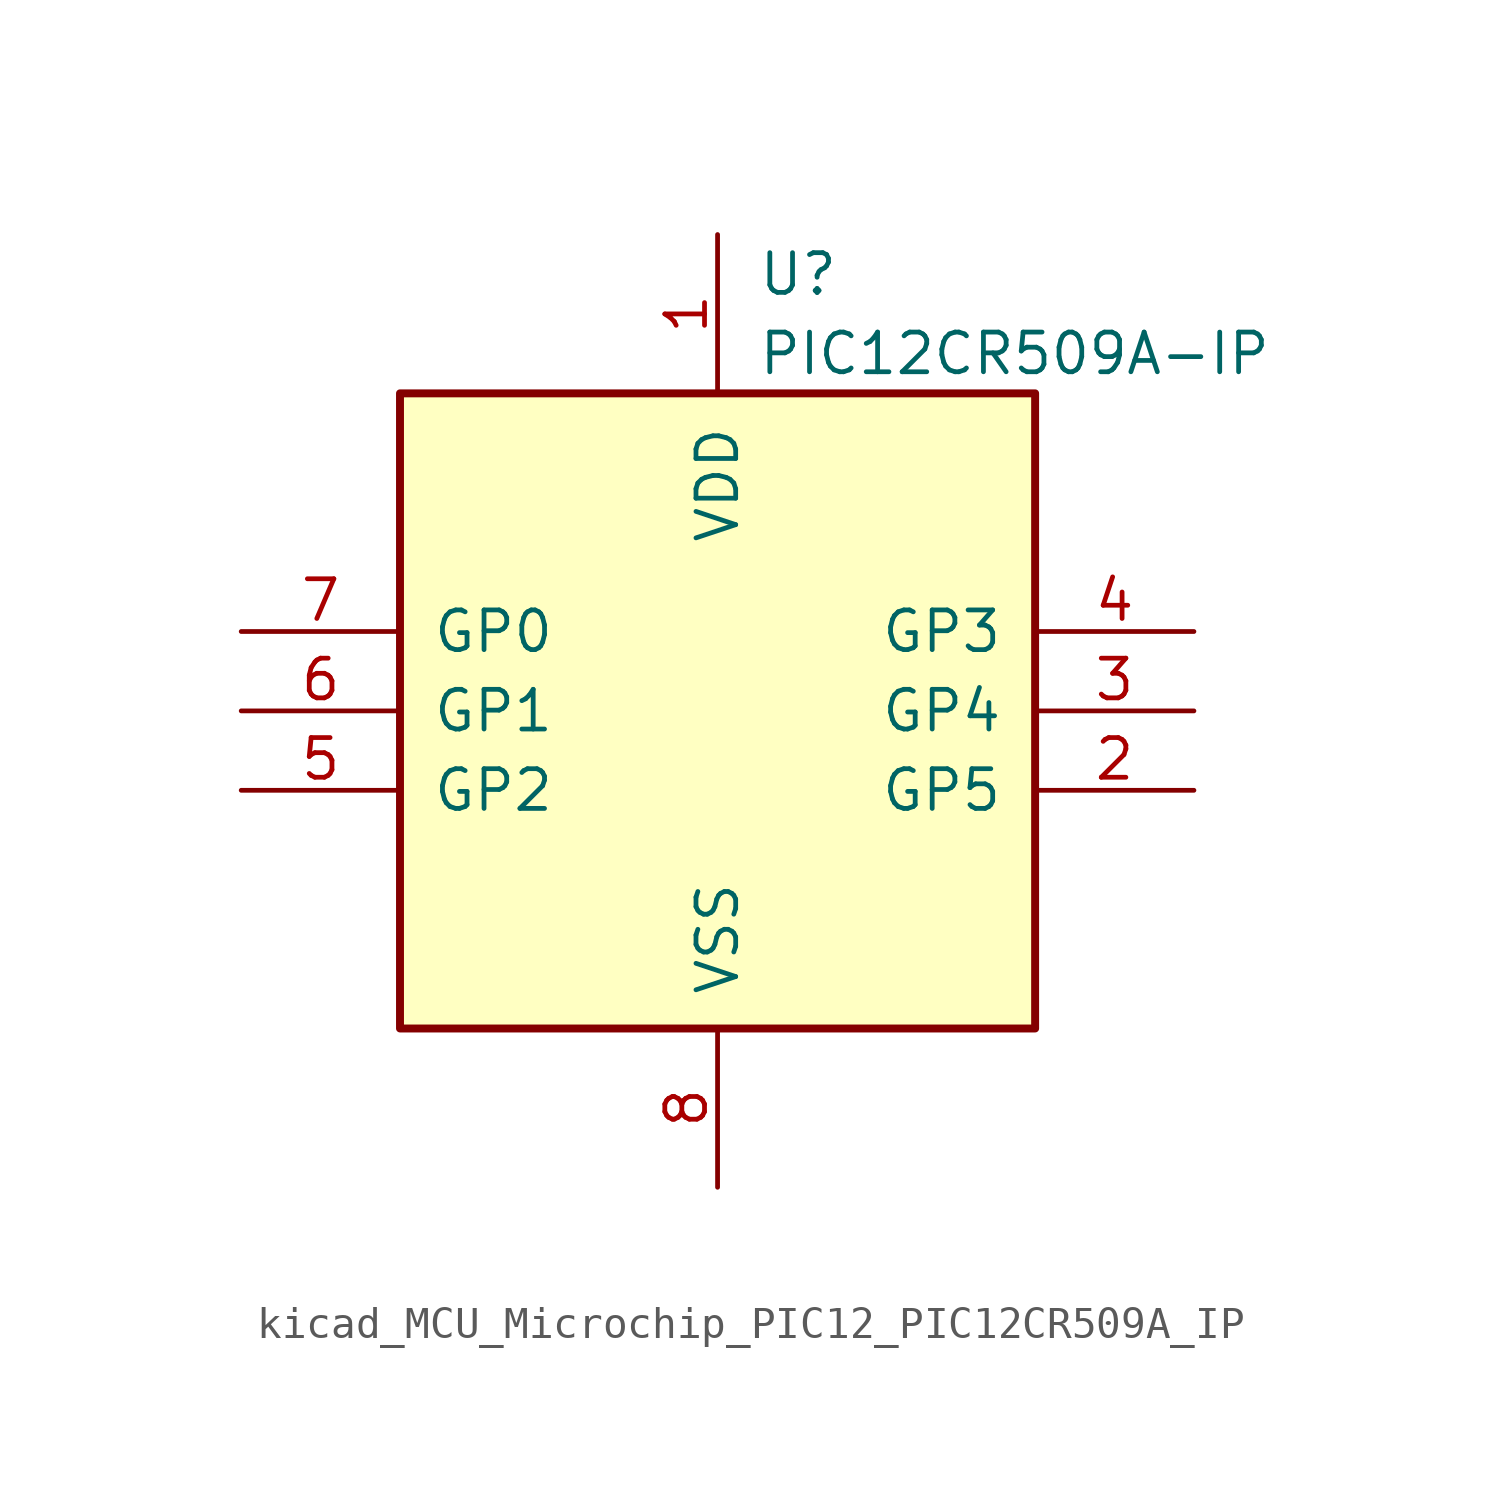
<source format=kicad_sym>
(kicad_symbol_lib
  (version 20220914)
  (generator kicad_symbol_editor)
  (symbol "kicad_MCU_Microchip_PIC12_PIC12CR509A_IP"
    (pin_names
      (offset 1.016))
    (property "Reference" "U"
      (at 1.27 13.97 0)
      (effects (font (size 1.27 1.27)) (justify left)))
    (property "Value" "PIC12CR509A-IP"
      (at 1.27 11.43 0)
      (effects (font (size 1.27 1.27)) (justify left)))
    (symbol "kicad_MCU_Microchip_PIC12_PIC12CR509A_IP_0_1"
      (rectangle (start 10.16 -10.16) (end -10.16 10.16) (stroke (width 0.254) (type default)) (fill (type background))))
    (symbol "kicad_MCU_Microchip_PIC12_PIC12CR509A_IP_1_1"
      (pin power_in line (at 0 15.24 270) (length 5.08) (name "VDD" (effects (font (size 1.27 1.27)))) (number "1" (effects (font (size 1.27 1.27)))))
      (pin bidirectional line (at 15.24 -2.54 180) (length 5.08) (name "GP5" (effects (font (size 1.27 1.27)))) (number "2" (effects (font (size 1.27 1.27)))))
      (pin bidirectional line (at 15.24 0 180) (length 5.08) (name "GP4" (effects (font (size 1.27 1.27)))) (number "3" (effects (font (size 1.27 1.27)))))
      (pin input line (at 15.24 2.54 180) (length 5.08) (name "GP3" (effects (font (size 1.27 1.27)))) (number "4" (effects (font (size 1.27 1.27)))))
      (pin bidirectional line (at -15.24 -2.54 0) (length 5.08) (name "GP2" (effects (font (size 1.27 1.27)))) (number "5" (effects (font (size 1.27 1.27)))))
      (pin bidirectional line (at -15.24 0 0) (length 5.08) (name "GP1" (effects (font (size 1.27 1.27)))) (number "6" (effects (font (size 1.27 1.27)))))
      (pin bidirectional line (at -15.24 2.54 0) (length 5.08) (name "GP0" (effects (font (size 1.27 1.27)))) (number "7" (effects (font (size 1.27 1.27)))))
      (pin power_in line (at 0 -15.24 90) (length 5.08) (name "VSS" (effects (font (size 1.27 1.27)))) (number "8" (effects (font (size 1.27 1.27))))))))
</source>
